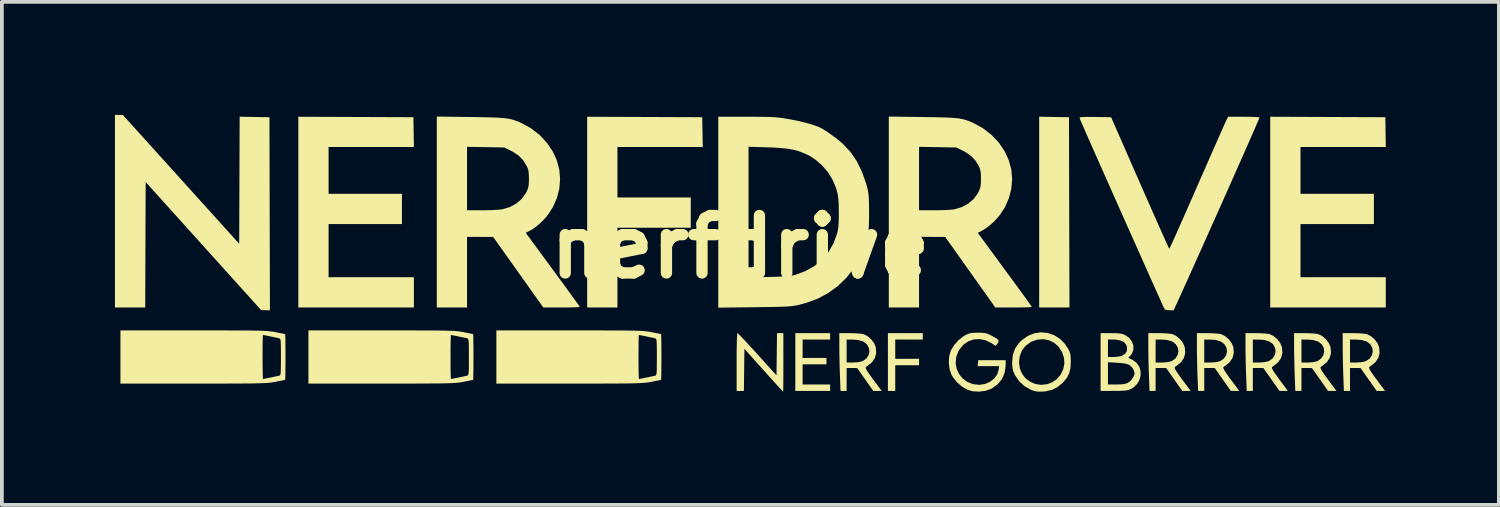
<source format=kicad_pcb>
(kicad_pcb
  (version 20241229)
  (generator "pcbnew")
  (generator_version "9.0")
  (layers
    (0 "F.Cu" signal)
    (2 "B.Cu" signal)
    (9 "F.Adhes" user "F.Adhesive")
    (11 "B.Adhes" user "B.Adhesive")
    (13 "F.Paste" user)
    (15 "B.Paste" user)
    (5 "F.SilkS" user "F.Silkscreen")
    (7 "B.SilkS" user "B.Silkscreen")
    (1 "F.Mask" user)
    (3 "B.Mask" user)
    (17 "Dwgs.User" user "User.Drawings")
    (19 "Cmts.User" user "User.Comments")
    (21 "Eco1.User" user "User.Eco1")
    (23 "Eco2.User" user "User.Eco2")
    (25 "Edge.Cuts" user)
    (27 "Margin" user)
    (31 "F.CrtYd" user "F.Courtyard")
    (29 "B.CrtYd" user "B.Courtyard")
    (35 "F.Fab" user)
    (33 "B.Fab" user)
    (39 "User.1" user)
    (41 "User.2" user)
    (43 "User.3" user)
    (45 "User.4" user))
  (footprint "nerfdrive"
    (layer "F.Cu")
    (at 16.593 3.503)
    (property "Reference" "nerfdrive" (at 0 0 0) (layer "F.SilkS") (effects (font (size 1.524 1.524) (thickness 0.3))))
    (attr board_only exclude_from_pos_files exclude_from_bom)
    (fp_poly (pts (xy 8.327 -3.449) (xy 8.722 -3.443) (xy 8.728 -0.918) (xy 8.735 1.606) (xy 7.931 1.606) (xy 7.931 -3.456)) (stroke (width 0) (type solid)) (fill yes) (layer "F.SilkS"))
    (fp_poly (pts (xy 4.842 2.457) (xy 4.112 2.457) (xy 4.112 2.968) (xy 4.744 2.968) (xy 4.744 3.139) (xy 4.112 3.139) (xy 4.112 3.82) (xy 3.917 3.82) (xy 3.917 2.287) (xy 4.842 2.287)) (stroke (width 0) (type solid)) (fill yes) (layer "F.SilkS"))
    (fp_poly (pts (xy -2.536 -3.449) (xy -1.01 -3.443) (xy -1.003 -3.047) (xy -0.996 -2.652) (xy -3.26 -2.652) (xy -3.26 -1.314) (xy -1.314 -1.314) (xy -1.314 -0.511) (xy -3.26 -0.511) (xy -3.26 1.606) (xy -4.063 1.606) (xy -4.063 -3.455)) (stroke (width 0) (type solid)) (fill yes) (layer "F.SilkS"))
    (fp_poly (pts (xy 2.384 2.457) (xy 1.654 2.457) (xy 1.654 2.944) (xy 2.287 2.944) (xy 2.287 3.114) (xy 1.654 3.114) (xy 1.654 3.649) (xy 2.384 3.649) (xy 2.384 3.82) (xy 1.46 3.82) (xy 1.46 2.287) (xy 2.384 2.287)) (stroke (width 0) (type solid)) (fill yes) (layer "F.SilkS"))
    (fp_poly (pts (xy -10.2 -3.449) (xy -8.673 -3.443) (xy -8.667 -3.047) (xy -8.66 -2.652) (xy -10.924 -2.652) (xy -10.924 -1.411) (xy -8.978 -1.411) (xy -8.978 -0.608) (xy -10.924 -0.608) (xy -10.924 0.803) (xy -8.661 0.803) (xy -8.661 1.606) (xy -11.727 1.606) (xy -11.727 -3.455)) (stroke (width 0) (type solid)) (fill yes) (layer "F.SilkS"))
    (fp_poly (pts (xy 15.589 -3.449) (xy 17.116 -3.443) (xy 17.122 -3.047) (xy 17.129 -2.652) (xy 14.865 -2.652) (xy 14.865 -1.411) (xy 16.812 -1.411) (xy 16.812 -0.608) (xy 14.865 -0.608) (xy 14.865 0.803) (xy 17.128 0.803) (xy 17.128 1.606) (xy 14.062 1.606) (xy 14.062 -3.455)) (stroke (width 0) (type solid)) (fill yes) (layer "F.SilkS"))
    (fp_poly (pts (xy -14.84 -1.794) (xy -13.296 -0.085) (xy -13.284 -3.456) (xy -12.888 -3.449) (xy -12.493 -3.443) (xy -12.481 1.679) (xy -12.596 1.679) (xy -12.712 1.678) (xy -14.245 -0.022) (xy -15.778 -1.723) (xy -15.784 -0.058) (xy -15.79 1.606) (xy -16.593 1.606) (xy -16.593 -3.503) (xy -16.383 -3.503)) (stroke (width 0) (type solid)) (fill yes) (layer "F.SilkS"))
    (fp_poly (pts (xy 1.143 3.066) (xy 1.143 3.255) (xy 1.143 3.427) (xy 1.142 3.577) (xy 1.141 3.699) (xy 1.14 3.787) (xy 1.138 3.836) (xy 1.137 3.843) (xy 1.12 3.826) (xy 1.075 3.776) (xy 1.005 3.699) (xy 0.914 3.599) (xy 0.806 3.479) (xy 0.686 3.345) (xy 0.62 3.272) (xy 0.109 2.702) (xy 0.103 3.261) (xy 0.096 3.82) (xy -0.097 3.82) (xy -0.097 3.053) (xy -0.097 2.831) (xy -0.094 2.643) (xy -0.091 2.492) (xy -0.086 2.38) (xy -0.081 2.311) (xy -0.074 2.287) (xy -0.052 2.304) (xy -0.003 2.354) (xy 0.071 2.431) (xy 0.165 2.531) (xy 0.275 2.649) (xy 0.397 2.783) (xy 0.455 2.847) (xy 0.961 3.407) (xy 0.968 2.847) (xy 0.974 2.287) (xy 1.143 2.287)) (stroke (width 0) (type solid)) (fill yes) (layer "F.SilkS"))
    (fp_poly (pts (xy 11.1 2.287) (xy 11.222 2.289) (xy 11.335 2.296) (xy 11.424 2.305) (xy 11.468 2.313) (xy 11.572 2.364) (xy 11.671 2.448) (xy 11.749 2.551) (xy 11.794 2.659) (xy 11.794 2.662) (xy 11.806 2.811) (xy 11.773 2.943) (xy 11.694 3.059) (xy 11.57 3.16) (xy 11.543 3.177) (xy 11.53 3.19) (xy 11.528 3.21) (xy 11.54 3.244) (xy 11.568 3.294) (xy 11.616 3.365) (xy 11.685 3.462) (xy 11.778 3.588) (xy 11.892 3.741) (xy 11.952 3.82) (xy 11.728 3.82) (xy 11.301 3.213) (xy 11.161 3.212) (xy 11.021 3.211) (xy 11.021 3.82) (xy 10.859 3.82) (xy 10.843 3.4) (xy 10.837 3.227) (xy 10.832 3.037) (xy 10.829 2.849) (xy 10.827 2.684) (xy 10.827 2.634) (xy 10.827 2.457) (xy 11.021 2.457) (xy 11.021 3.066) (xy 11.194 3.066) (xy 11.332 3.057) (xy 11.437 3.032) (xy 11.452 3.025) (xy 11.547 2.958) (xy 11.604 2.869) (xy 11.626 2.771) (xy 11.61 2.672) (xy 11.558 2.582) (xy 11.47 2.513) (xy 11.454 2.506) (xy 11.319 2.467) (xy 11.185 2.458) (xy 11.021 2.457) (xy 10.827 2.457) (xy 10.827 2.287)) (stroke (width 0) (type solid)) (fill yes) (layer "F.SilkS"))
    (fp_poly (pts (xy 13.679 2.287) (xy 13.801 2.289) (xy 13.913 2.296) (xy 14.003 2.305) (xy 14.047 2.313) (xy 14.151 2.364) (xy 14.249 2.448) (xy 14.328 2.551) (xy 14.373 2.659) (xy 14.373 2.662) (xy 14.385 2.811) (xy 14.352 2.943) (xy 14.273 3.059) (xy 14.148 3.16) (xy 14.122 3.177) (xy 14.109 3.19) (xy 14.107 3.21) (xy 14.119 3.244) (xy 14.147 3.294) (xy 14.195 3.365) (xy 14.264 3.462) (xy 14.357 3.588) (xy 14.471 3.741) (xy 14.53 3.82) (xy 14.307 3.82) (xy 13.88 3.213) (xy 13.74 3.212) (xy 13.6 3.211) (xy 13.6 3.82) (xy 13.438 3.82) (xy 13.422 3.4) (xy 13.416 3.227) (xy 13.411 3.037) (xy 13.408 2.849) (xy 13.406 2.684) (xy 13.406 2.634) (xy 13.406 2.457) (xy 13.6 2.457) (xy 13.6 3.066) (xy 13.773 3.066) (xy 13.911 3.057) (xy 14.016 3.032) (xy 14.031 3.025) (xy 14.126 2.958) (xy 14.183 2.869) (xy 14.205 2.771) (xy 14.189 2.672) (xy 14.137 2.582) (xy 14.049 2.513) (xy 14.033 2.506) (xy 13.898 2.467) (xy 13.764 2.458) (xy 13.6 2.457) (xy 13.406 2.457) (xy 13.406 2.287)) (stroke (width 0) (type solid)) (fill yes) (layer "F.SilkS"))
    (fp_poly (pts (xy 16.258 2.287) (xy 16.379 2.289) (xy 16.492 2.296) (xy 16.582 2.305) (xy 16.626 2.313) (xy 16.73 2.364) (xy 16.828 2.448) (xy 16.907 2.551) (xy 16.952 2.659) (xy 16.952 2.662) (xy 16.964 2.811) (xy 16.931 2.943) (xy 16.852 3.059) (xy 16.727 3.16) (xy 16.7 3.177) (xy 16.688 3.19) (xy 16.686 3.21) (xy 16.698 3.244) (xy 16.726 3.294) (xy 16.773 3.365) (xy 16.842 3.462) (xy 16.936 3.588) (xy 17.05 3.741) (xy 17.109 3.82) (xy 16.886 3.82) (xy 16.459 3.213) (xy 16.319 3.212) (xy 16.179 3.211) (xy 16.179 3.82) (xy 16.016 3.82) (xy 16.001 3.4) (xy 15.995 3.227) (xy 15.99 3.037) (xy 15.987 2.849) (xy 15.985 2.684) (xy 15.985 2.634) (xy 15.985 2.457) (xy 16.179 2.457) (xy 16.179 3.066) (xy 16.352 3.066) (xy 16.49 3.057) (xy 16.594 3.032) (xy 16.61 3.025) (xy 16.704 2.958) (xy 16.762 2.869) (xy 16.783 2.771) (xy 16.768 2.672) (xy 16.716 2.582) (xy 16.628 2.513) (xy 16.612 2.506) (xy 16.476 2.467) (xy 16.343 2.458) (xy 16.179 2.457) (xy 15.985 2.457) (xy 15.984 2.287)) (stroke (width 0) (type solid)) (fill yes) (layer "F.SilkS"))
    (fp_poly (pts (xy 2.901 2.287) (xy 3.023 2.289) (xy 3.135 2.296) (xy 3.225 2.305) (xy 3.269 2.313) (xy 3.373 2.364) (xy 3.471 2.448) (xy 3.55 2.551) (xy 3.595 2.659) (xy 3.595 2.662) (xy 3.607 2.811) (xy 3.574 2.943) (xy 3.495 3.059) (xy 3.371 3.16) (xy 3.344 3.177) (xy 3.331 3.19) (xy 3.329 3.21) (xy 3.341 3.244) (xy 3.369 3.294) (xy 3.417 3.365) (xy 3.486 3.462) (xy 3.579 3.588) (xy 3.693 3.741) (xy 3.753 3.82) (xy 3.529 3.82) (xy 3.315 3.516) (xy 3.102 3.213) (xy 2.962 3.212) (xy 2.822 3.211) (xy 2.822 3.82) (xy 2.66 3.82) (xy 2.644 3.4) (xy 2.638 3.227) (xy 2.633 3.037) (xy 2.63 2.849) (xy 2.628 2.684) (xy 2.628 2.634) (xy 2.628 2.457) (xy 2.822 2.457) (xy 2.822 3.066) (xy 2.995 3.066) (xy 3.133 3.057) (xy 3.238 3.032) (xy 3.253 3.025) (xy 3.348 2.958) (xy 3.405 2.869) (xy 3.427 2.771) (xy 3.411 2.672) (xy 3.359 2.582) (xy 3.271 2.513) (xy 3.255 2.506) (xy 3.12 2.467) (xy 2.986 2.458) (xy 2.822 2.457) (xy 2.628 2.457) (xy 2.628 2.287)) (stroke (width 0) (type solid)) (fill yes) (layer "F.SilkS"))
    (fp_poly (pts (xy 12.39 2.287) (xy 12.511 2.289) (xy 12.624 2.296) (xy 12.714 2.305) (xy 12.757 2.313) (xy 12.862 2.364) (xy 12.96 2.448) (xy 13.038 2.551) (xy 13.083 2.659) (xy 13.084 2.662) (xy 13.095 2.811) (xy 13.062 2.943) (xy 12.984 3.059) (xy 12.859 3.16) (xy 12.832 3.177) (xy 12.819 3.19) (xy 12.818 3.21) (xy 12.83 3.244) (xy 12.858 3.294) (xy 12.905 3.365) (xy 12.974 3.462) (xy 13.068 3.588) (xy 13.182 3.741) (xy 13.241 3.82) (xy 13.017 3.82) (xy 12.804 3.516) (xy 12.591 3.213) (xy 12.451 3.212) (xy 12.311 3.211) (xy 12.311 3.82) (xy 12.148 3.82) (xy 12.132 3.4) (xy 12.126 3.227) (xy 12.122 3.037) (xy 12.118 2.849) (xy 12.116 2.684) (xy 12.116 2.634) (xy 12.116 2.457) (xy 12.311 2.457) (xy 12.311 3.066) (xy 12.483 3.066) (xy 12.622 3.057) (xy 12.726 3.032) (xy 12.742 3.025) (xy 12.836 2.958) (xy 12.894 2.869) (xy 12.915 2.771) (xy 12.9 2.672) (xy 12.848 2.582) (xy 12.759 2.513) (xy 12.743 2.506) (xy 12.608 2.467) (xy 12.475 2.458) (xy 12.311 2.457) (xy 12.116 2.457) (xy 12.116 2.287)) (stroke (width 0) (type solid)) (fill yes) (layer "F.SilkS"))
    (fp_poly (pts (xy 14.969 2.287) (xy 15.09 2.289) (xy 15.203 2.296) (xy 15.293 2.305) (xy 15.336 2.313) (xy 15.441 2.364) (xy 15.539 2.448) (xy 15.617 2.551) (xy 15.662 2.659) (xy 15.663 2.662) (xy 15.674 2.811) (xy 15.641 2.943) (xy 15.563 3.059) (xy 15.438 3.16) (xy 15.411 3.177) (xy 15.398 3.19) (xy 15.397 3.21) (xy 15.409 3.244) (xy 15.437 3.294) (xy 15.484 3.365) (xy 15.553 3.462) (xy 15.646 3.588) (xy 15.76 3.741) (xy 15.82 3.82) (xy 15.596 3.82) (xy 15.383 3.516) (xy 15.169 3.213) (xy 15.03 3.212) (xy 14.89 3.211) (xy 14.89 3.82) (xy 14.727 3.82) (xy 14.711 3.4) (xy 14.705 3.227) (xy 14.701 3.037) (xy 14.697 2.849) (xy 14.695 2.684) (xy 14.695 2.634) (xy 14.695 2.457) (xy 14.89 2.457) (xy 14.89 3.066) (xy 15.062 3.066) (xy 15.201 3.057) (xy 15.305 3.032) (xy 15.321 3.025) (xy 15.415 2.958) (xy 15.473 2.869) (xy 15.494 2.771) (xy 15.479 2.672) (xy 15.427 2.582) (xy 15.338 2.513) (xy 15.322 2.506) (xy 15.187 2.467) (xy 15.054 2.458) (xy 14.89 2.457) (xy 14.695 2.457) (xy 14.695 2.287)) (stroke (width 0) (type solid)) (fill yes) (layer "F.SilkS"))
    (fp_poly (pts (xy 6.412 2.277) (xy 6.491 2.285) (xy 6.56 2.304) (xy 6.638 2.339) (xy 6.68 2.36) (xy 6.761 2.405) (xy 6.822 2.447) (xy 6.853 2.478) (xy 6.854 2.482) (xy 6.845 2.527) (xy 6.818 2.572) (xy 6.776 2.626) (xy 6.672 2.556) (xy 6.517 2.478) (xy 6.358 2.444) (xy 6.2 2.453) (xy 6.053 2.504) (xy 5.922 2.593) (xy 5.814 2.721) (xy 5.785 2.771) (xy 5.728 2.927) (xy 5.715 3.084) (xy 5.742 3.234) (xy 5.805 3.371) (xy 5.9 3.489) (xy 6.022 3.58) (xy 6.169 3.639) (xy 6.335 3.658) (xy 6.342 3.658) (xy 6.491 3.636) (xy 6.625 3.578) (xy 6.736 3.493) (xy 6.815 3.385) (xy 6.854 3.263) (xy 6.867 3.163) (xy 6.298 3.163) (xy 6.314 3.005) (xy 7.043 3.005) (xy 7.04 3.165) (xy 7.013 3.345) (xy 6.943 3.505) (xy 6.832 3.641) (xy 6.681 3.751) (xy 6.654 3.765) (xy 6.507 3.817) (xy 6.341 3.839) (xy 6.174 3.83) (xy 6.041 3.794) (xy 5.896 3.715) (xy 5.76 3.6) (xy 5.649 3.465) (xy 5.603 3.387) (xy 5.553 3.239) (xy 5.533 3.073) (xy 5.542 2.906) (xy 5.583 2.758) (xy 5.589 2.745) (xy 5.67 2.61) (xy 5.782 2.482) (xy 5.911 2.377) (xy 5.972 2.34) (xy 6.043 2.307) (xy 6.111 2.287) (xy 6.192 2.278) (xy 6.304 2.275)) (stroke (width 0) (type solid)) (fill yes) (layer "F.SilkS"))
    (fp_poly (pts (xy 8.15 2.28) (xy 8.318 2.336) (xy 8.472 2.43) (xy 8.607 2.562) (xy 8.706 2.713) (xy 8.738 2.78) (xy 8.758 2.843) (xy 8.767 2.919) (xy 8.77 3.023) (xy 8.77 3.053) (xy 8.76 3.22) (xy 8.727 3.355) (xy 8.665 3.474) (xy 8.569 3.589) (xy 8.546 3.612) (xy 8.411 3.723) (xy 8.268 3.794) (xy 8.103 3.83) (xy 8.029 3.837) (xy 7.919 3.839) (xy 7.836 3.83) (xy 7.754 3.806) (xy 7.702 3.785) (xy 7.54 3.692) (xy 7.399 3.561) (xy 7.29 3.403) (xy 7.28 3.382) (xy 7.244 3.3) (xy 7.224 3.223) (xy 7.215 3.131) (xy 7.214 3.06) (xy 7.396 3.06) (xy 7.418 3.224) (xy 7.479 3.368) (xy 7.573 3.487) (xy 7.693 3.578) (xy 7.833 3.637) (xy 7.985 3.659) (xy 8.144 3.641) (xy 8.266 3.597) (xy 8.397 3.509) (xy 8.5 3.388) (xy 8.569 3.245) (xy 8.6 3.09) (xy 8.591 2.947) (xy 8.536 2.783) (xy 8.447 2.648) (xy 8.331 2.544) (xy 8.193 2.476) (xy 8.042 2.447) (xy 7.883 2.459) (xy 7.723 2.515) (xy 7.706 2.524) (xy 7.57 2.624) (xy 7.471 2.753) (xy 7.413 2.907) (xy 7.396 3.06) (xy 7.214 3.06) (xy 7.214 3.053) (xy 7.232 2.864) (xy 7.29 2.7) (xy 7.39 2.554) (xy 7.472 2.472) (xy 7.63 2.36) (xy 7.799 2.291) (xy 7.975 2.265)) (stroke (width 0) (type solid)) (fill yes) (layer "F.SilkS"))
    (fp_poly (pts (xy 9.963 2.289) (xy 10.056 2.294) (xy 10.125 2.306) (xy 10.183 2.325) (xy 10.211 2.338) (xy 10.318 2.411) (xy 10.392 2.507) (xy 10.431 2.615) (xy 10.431 2.726) (xy 10.39 2.831) (xy 10.354 2.879) (xy 10.296 2.942) (xy 10.402 2.993) (xy 10.51 3.069) (xy 10.583 3.169) (xy 10.62 3.284) (xy 10.623 3.407) (xy 10.592 3.528) (xy 10.528 3.638) (xy 10.431 3.73) (xy 10.353 3.774) (xy 10.303 3.793) (xy 10.244 3.806) (xy 10.164 3.814) (xy 10.056 3.818) (xy 9.908 3.819) (xy 9.908 3.819) (xy 9.561 3.82) (xy 9.561 3.058) (xy 9.756 3.058) (xy 9.756 3.649) (xy 9.976 3.649) (xy 10.1 3.646) (xy 10.189 3.636) (xy 10.258 3.616) (xy 10.289 3.602) (xy 10.367 3.542) (xy 10.428 3.46) (xy 10.46 3.372) (xy 10.462 3.347) (xy 10.442 3.269) (xy 10.391 3.191) (xy 10.323 3.131) (xy 10.312 3.124) (xy 10.241 3.101) (xy 10.13 3.083) (xy 9.996 3.072) (xy 9.756 3.058) (xy 9.561 3.058) (xy 9.561 2.92) (xy 9.756 2.92) (xy 9.903 2.92) (xy 9.999 2.914) (xy 10.088 2.899) (xy 10.132 2.885) (xy 10.218 2.828) (xy 10.261 2.75) (xy 10.26 2.654) (xy 10.239 2.593) (xy 10.183 2.526) (xy 10.087 2.481) (xy 9.956 2.459) (xy 9.905 2.457) (xy 9.756 2.457) (xy 9.756 2.92) (xy 9.561 2.92) (xy 9.561 2.287) (xy 9.834 2.287)) (stroke (width 0) (type solid)) (fill yes) (layer "F.SilkS"))
    (fp_poly (pts (xy -7.159 -3.448) (xy -6.905 -3.444) (xy -6.693 -3.44) (xy -6.519 -3.435) (xy -6.376 -3.427) (xy -6.258 -3.418) (xy -6.16 -3.405) (xy -6.076 -3.388) (xy -6 -3.366) (xy -5.925 -3.339) (xy -5.847 -3.306) (xy -5.806 -3.288) (xy -5.551 -3.147) (xy -5.324 -2.971) (xy -5.131 -2.764) (xy -4.974 -2.531) (xy -4.871 -2.307) (xy -4.803 -2.058) (xy -4.781 -1.803) (xy -4.802 -1.546) (xy -4.867 -1.295) (xy -4.972 -1.056) (xy -5.117 -0.835) (xy -5.243 -0.693) (xy -5.335 -0.608) (xy -5.434 -0.527) (xy -5.523 -0.465) (xy -5.553 -0.448) (xy -5.692 -0.375) (xy -4.975 0.601) (xy -4.834 0.793) (xy -4.702 0.973) (xy -4.583 1.137) (xy -4.477 1.282) (xy -4.39 1.403) (xy -4.322 1.498) (xy -4.277 1.561) (xy -4.258 1.59) (xy -4.258 1.591) (xy -4.281 1.596) (xy -4.345 1.6) (xy -4.444 1.603) (xy -4.569 1.605) (xy -4.714 1.606) (xy -4.742 1.606) (xy -5.227 1.606) (xy -5.892 0.67) (xy -6.557 -0.265) (xy -6.903 -0.267) (xy -7.25 -0.268) (xy -7.25 1.606) (xy -8.053 1.606) (xy -8.053 -2.657) (xy -7.25 -2.657) (xy -7.25 -0.973) (xy -6.853 -0.973) (xy -6.706 -0.975) (xy -6.564 -0.979) (xy -6.44 -0.986) (xy -6.345 -0.995) (xy -6.313 -1) (xy -6.119 -1.057) (xy -5.946 -1.15) (xy -5.801 -1.275) (xy -5.692 -1.425) (xy -5.676 -1.454) (xy -5.642 -1.53) (xy -5.622 -1.599) (xy -5.611 -1.676) (xy -5.608 -1.78) (xy -5.608 -1.813) (xy -5.611 -1.932) (xy -5.621 -2.018) (xy -5.64 -2.089) (xy -5.665 -2.144) (xy -5.759 -2.299) (xy -5.877 -2.422) (xy -6.03 -2.524) (xy -6.076 -2.548) (xy -6.262 -2.64) (xy -7.25 -2.657) (xy -8.053 -2.657) (xy -8.053 -3.46)) (stroke (width 0) (type solid)) (fill yes) (layer "F.SilkS"))
    (fp_poly (pts (xy 4.835 -3.448) (xy 5.09 -3.444) (xy 5.301 -3.44) (xy 5.475 -3.435) (xy 5.618 -3.427) (xy 5.736 -3.418) (xy 5.834 -3.405) (xy 5.918 -3.388) (xy 5.995 -3.366) (xy 6.069 -3.339) (xy 6.147 -3.306) (xy 6.189 -3.288) (xy 6.444 -3.147) (xy 6.67 -2.971) (xy 6.864 -2.764) (xy 7.02 -2.531) (xy 7.123 -2.307) (xy 7.191 -2.058) (xy 7.214 -1.803) (xy 7.192 -1.546) (xy 7.128 -1.295) (xy 7.023 -1.056) (xy 6.878 -0.835) (xy 6.752 -0.693) (xy 6.66 -0.608) (xy 6.561 -0.527) (xy 6.471 -0.465) (xy 6.442 -0.448) (xy 6.302 -0.375) (xy 7.019 0.601) (xy 7.16 0.793) (xy 7.292 0.973) (xy 7.412 1.137) (xy 7.517 1.282) (xy 7.605 1.403) (xy 7.672 1.498) (xy 7.717 1.561) (xy 7.736 1.59) (xy 7.737 1.591) (xy 7.714 1.596) (xy 7.649 1.6) (xy 7.551 1.603) (xy 7.425 1.605) (xy 7.281 1.606) (xy 7.252 1.606) (xy 6.767 1.606) (xy 6.102 0.67) (xy 5.438 -0.265) (xy 5.091 -0.267) (xy 4.744 -0.268) (xy 4.744 1.606) (xy 3.941 1.606) (xy 3.941 -2.657) (xy 4.744 -2.657) (xy 4.744 -0.973) (xy 5.141 -0.973) (xy 5.288 -0.975) (xy 5.43 -0.979) (xy 5.555 -0.986) (xy 5.649 -0.995) (xy 5.682 -1) (xy 5.875 -1.057) (xy 6.049 -1.15) (xy 6.194 -1.275) (xy 6.303 -1.425) (xy 6.318 -1.454) (xy 6.352 -1.53) (xy 6.373 -1.599) (xy 6.383 -1.676) (xy 6.386 -1.78) (xy 6.386 -1.813) (xy 6.383 -1.932) (xy 6.373 -2.018) (xy 6.354 -2.089) (xy 6.33 -2.144) (xy 6.235 -2.299) (xy 6.117 -2.422) (xy 5.964 -2.524) (xy 5.918 -2.548) (xy 5.732 -2.64) (xy 4.744 -2.657) (xy 3.941 -2.657) (xy 3.941 -3.46)) (stroke (width 0) (type solid)) (fill yes) (layer "F.SilkS"))
    (fp_poly (pts (xy 13.492 -3.454) (xy 13.611 -3.451) (xy 13.703 -3.447) (xy 13.762 -3.441) (xy 13.778 -3.437) (xy 13.77 -3.413) (xy 13.742 -3.348) (xy 13.698 -3.246) (xy 13.639 -3.108) (xy 13.565 -2.94) (xy 13.479 -2.744) (xy 13.381 -2.523) (xy 13.274 -2.28) (xy 13.158 -2.019) (xy 13.036 -1.744) (xy 12.909 -1.457) (xy 12.777 -1.161) (xy 12.643 -0.861) (xy 12.508 -0.559) (xy 12.374 -0.258) (xy 12.241 0.038) (xy 12.112 0.326) (xy 11.988 0.602) (xy 11.87 0.864) (xy 11.76 1.108) (xy 11.659 1.331) (xy 11.614 1.429) (xy 11.501 1.679) (xy 11.384 1.679) (xy 11.312 1.676) (xy 11.271 1.661) (xy 11.243 1.622) (xy 11.221 1.575) (xy 10.955 0.98) (xy 10.708 0.427) (xy 10.481 -0.083) (xy 10.271 -0.552) (xy 10.08 -0.981) (xy 9.906 -1.372) (xy 9.75 -1.724) (xy 9.609 -2.04) (xy 9.485 -2.32) (xy 9.376 -2.566) (xy 9.282 -2.779) (xy 9.202 -2.959) (xy 9.137 -3.108) (xy 9.085 -3.228) (xy 9.046 -3.318) (xy 9.019 -3.38) (xy 9.005 -3.416) (xy 9.002 -3.426) (xy 9.014 -3.438) (xy 9.055 -3.445) (xy 9.13 -3.45) (xy 9.242 -3.451) (xy 9.398 -3.45) (xy 9.421 -3.449) (xy 9.84 -3.443) (xy 10.605 -1.697) (xy 10.726 -1.422) (xy 10.841 -1.161) (xy 10.949 -0.916) (xy 11.049 -0.692) (xy 11.138 -0.49) (xy 11.216 -0.316) (xy 11.281 -0.172) (xy 11.332 -0.061) (xy 11.366 0.013) (xy 11.383 0.046) (xy 11.384 0.048) (xy 11.396 0.026) (xy 11.426 -0.037) (xy 11.472 -0.137) (xy 11.533 -0.272) (xy 11.607 -0.437) (xy 11.692 -0.63) (xy 11.788 -0.846) (xy 11.892 -1.082) (xy 12.004 -1.335) (xy 12.114 -1.588) (xy 12.232 -1.857) (xy 12.346 -2.116) (xy 12.453 -2.36) (xy 12.553 -2.586) (xy 12.642 -2.789) (xy 12.721 -2.967) (xy 12.786 -3.115) (xy 12.837 -3.229) (xy 12.872 -3.306) (xy 12.887 -3.339) (xy 12.944 -3.455) (xy 13.356 -3.455)) (stroke (width 0) (type solid)) (fill yes) (layer "F.SilkS"))
    (fp_poly (pts (xy -14.148 2.214) (xy -13.839 2.214) (xy -13.571 2.215) (xy -13.341 2.215) (xy -13.145 2.216) (xy -12.981 2.218) (xy -12.844 2.22) (xy -12.73 2.223) (xy -12.637 2.226) (xy -12.561 2.23) (xy -12.498 2.236) (xy -12.445 2.242) (xy -12.397 2.249) (xy -12.353 2.257) (xy -12.323 2.263) (xy -12.222 2.283) (xy -12.14 2.299) (xy -12.089 2.309) (xy -12.077 2.311) (xy -12.074 2.335) (xy -12.072 2.4) (xy -12.07 2.501) (xy -12.069 2.631) (xy -12.068 2.784) (xy -12.067 2.92) (xy -12.068 3.086) (xy -12.069 3.235) (xy -12.07 3.36) (xy -12.072 3.455) (xy -12.075 3.512) (xy -12.077 3.528) (xy -12.103 3.532) (xy -12.167 3.545) (xy -12.256 3.563) (xy -12.323 3.576) (xy -12.368 3.585) (xy -12.413 3.593) (xy -12.462 3.6) (xy -12.518 3.605) (xy -12.586 3.61) (xy -12.667 3.614) (xy -12.767 3.617) (xy -12.888 3.62) (xy -13.034 3.622) (xy -13.209 3.623) (xy -13.416 3.624) (xy -13.659 3.625) (xy -13.94 3.625) (xy -14.265 3.625) (xy -14.503 3.625) (xy -16.447 3.625) (xy -16.447 2.92) (xy -12.676 2.92) (xy -12.675 3.082) (xy -12.674 3.228) (xy -12.672 3.349) (xy -12.67 3.439) (xy -12.667 3.492) (xy -12.665 3.503) (xy -12.638 3.499) (xy -12.576 3.487) (xy -12.491 3.47) (xy -12.477 3.467) (xy -12.381 3.447) (xy -12.299 3.43) (xy -12.246 3.418) (xy -12.244 3.418) (xy -12.225 3.412) (xy -12.211 3.402) (xy -12.202 3.379) (xy -12.195 3.338) (xy -12.192 3.272) (xy -12.19 3.175) (xy -12.189 3.041) (xy -12.189 2.92) (xy -12.189 2.755) (xy -12.19 2.632) (xy -12.192 2.545) (xy -12.197 2.487) (xy -12.204 2.452) (xy -12.215 2.433) (xy -12.23 2.425) (xy -12.244 2.421) (xy -12.3 2.409) (xy -12.379 2.392) (xy -12.469 2.374) (xy -12.554 2.356) (xy -12.623 2.343) (xy -12.662 2.336) (xy -12.665 2.336) (xy -12.668 2.359) (xy -12.671 2.424) (xy -12.673 2.525) (xy -12.675 2.654) (xy -12.675 2.805) (xy -12.676 2.92) (xy -16.447 2.92) (xy -16.447 2.214) (xy -14.503 2.214)) (stroke (width 0) (type solid)) (fill yes) (layer "F.SilkS"))
    (fp_poly (pts (xy -9.161 2.214) (xy -8.851 2.214) (xy -8.583 2.215) (xy -8.353 2.215) (xy -8.158 2.216) (xy -7.993 2.218) (xy -7.856 2.22) (xy -7.743 2.223) (xy -7.65 2.226) (xy -7.574 2.23) (xy -7.51 2.236) (xy -7.457 2.242) (xy -7.41 2.249) (xy -7.365 2.257) (xy -7.335 2.263) (xy -7.234 2.283) (xy -7.153 2.299) (xy -7.102 2.309) (xy -7.089 2.311) (xy -7.087 2.335) (xy -7.084 2.4) (xy -7.083 2.501) (xy -7.081 2.631) (xy -7.08 2.784) (xy -7.08 2.92) (xy -7.08 3.086) (xy -7.081 3.235) (xy -7.083 3.36) (xy -7.085 3.455) (xy -7.087 3.512) (xy -7.089 3.528) (xy -7.116 3.532) (xy -7.179 3.545) (xy -7.269 3.563) (xy -7.335 3.576) (xy -7.38 3.585) (xy -7.426 3.593) (xy -7.475 3.6) (xy -7.531 3.605) (xy -7.598 3.61) (xy -7.68 3.614) (xy -7.779 3.617) (xy -7.9 3.62) (xy -8.047 3.622) (xy -8.221 3.623) (xy -8.428 3.624) (xy -8.671 3.625) (xy -8.953 3.625) (xy -9.278 3.625) (xy -9.516 3.625) (xy -11.459 3.625) (xy -11.459 2.92) (xy -7.688 2.92) (xy -7.688 3.082) (xy -7.687 3.228) (xy -7.685 3.349) (xy -7.682 3.439) (xy -7.68 3.492) (xy -7.678 3.503) (xy -7.65 3.499) (xy -7.588 3.487) (xy -7.503 3.47) (xy -7.489 3.467) (xy -7.394 3.447) (xy -7.311 3.43) (xy -7.258 3.418) (xy -7.256 3.418) (xy -7.238 3.412) (xy -7.224 3.402) (xy -7.214 3.379) (xy -7.208 3.338) (xy -7.204 3.272) (xy -7.202 3.175) (xy -7.202 3.041) (xy -7.202 2.92) (xy -7.202 2.755) (xy -7.203 2.632) (xy -7.205 2.545) (xy -7.209 2.487) (xy -7.217 2.452) (xy -7.227 2.433) (xy -7.243 2.425) (xy -7.256 2.421) (xy -7.312 2.409) (xy -7.392 2.392) (xy -7.481 2.374) (xy -7.567 2.356) (xy -7.636 2.343) (xy -7.674 2.336) (xy -7.678 2.336) (xy -7.68 2.359) (xy -7.683 2.424) (xy -7.685 2.525) (xy -7.687 2.654) (xy -7.688 2.805) (xy -7.688 2.92) (xy -11.459 2.92) (xy -11.459 2.214) (xy -9.516 2.214)) (stroke (width 0) (type solid)) (fill yes) (layer "F.SilkS"))
    (fp_poly (pts (xy -4.173 2.214) (xy -3.864 2.214) (xy -3.596 2.215) (xy -3.366 2.215) (xy -3.17 2.216) (xy -3.006 2.218) (xy -2.869 2.22) (xy -2.755 2.223) (xy -2.662 2.226) (xy -2.586 2.23) (xy -2.523 2.236) (xy -2.47 2.242) (xy -2.422 2.249) (xy -2.377 2.257) (xy -2.348 2.263) (xy -2.247 2.283) (xy -2.165 2.299) (xy -2.114 2.309) (xy -2.102 2.311) (xy -2.099 2.335) (xy -2.097 2.4) (xy -2.095 2.501) (xy -2.093 2.631) (xy -2.093 2.784) (xy -2.092 2.92) (xy -2.093 3.086) (xy -2.094 3.235) (xy -2.095 3.36) (xy -2.097 3.455) (xy -2.1 3.512) (xy -2.102 3.528) (xy -2.128 3.532) (xy -2.191 3.545) (xy -2.281 3.563) (xy -2.348 3.576) (xy -2.393 3.585) (xy -2.438 3.593) (xy -2.487 3.6) (xy -2.543 3.605) (xy -2.611 3.61) (xy -2.692 3.614) (xy -2.792 3.617) (xy -2.913 3.62) (xy -3.059 3.622) (xy -3.234 3.623) (xy -3.441 3.624) (xy -3.683 3.625) (xy -3.965 3.625) (xy -4.29 3.625) (xy -4.528 3.625) (xy -6.472 3.625) (xy -6.472 2.92) (xy -2.701 2.92) (xy -2.7 3.082) (xy -2.699 3.228) (xy -2.697 3.349) (xy -2.695 3.439) (xy -2.692 3.492) (xy -2.69 3.503) (xy -2.663 3.499) (xy -2.6 3.487) (xy -2.516 3.47) (xy -2.501 3.467) (xy -2.406 3.447) (xy -2.324 3.43) (xy -2.271 3.418) (xy -2.269 3.418) (xy -2.25 3.412) (xy -2.236 3.402) (xy -2.227 3.379) (xy -2.22 3.338) (xy -2.216 3.272) (xy -2.215 3.175) (xy -2.214 3.041) (xy -2.214 2.92) (xy -2.214 2.755) (xy -2.215 2.632) (xy -2.217 2.545) (xy -2.222 2.487) (xy -2.229 2.452) (xy -2.24 2.433) (xy -2.255 2.425) (xy -2.269 2.421) (xy -2.325 2.409) (xy -2.404 2.392) (xy -2.493 2.374) (xy -2.579 2.356) (xy -2.648 2.343) (xy -2.686 2.336) (xy -2.69 2.336) (xy -2.693 2.359) (xy -2.696 2.424) (xy -2.698 2.525) (xy -2.699 2.654) (xy -2.7 2.805) (xy -2.701 2.92) (xy -6.472 2.92) (xy -6.472 2.214) (xy -4.528 2.214)) (stroke (width 0) (type solid)) (fill yes) (layer "F.SilkS"))
    (fp_poly (pts (xy 0.389 -3.455) (xy 0.567 -3.453) (xy 0.711 -3.451) (xy 0.83 -3.447) (xy 0.931 -3.441) (xy 1.023 -3.432) (xy 1.113 -3.421) (xy 1.208 -3.406) (xy 1.272 -3.395) (xy 1.507 -3.35) (xy 1.724 -3.299) (xy 1.913 -3.245) (xy 2.065 -3.191) (xy 2.11 -3.172) (xy 2.201 -3.122) (xy 2.317 -3.048) (xy 2.444 -2.959) (xy 2.57 -2.863) (xy 2.683 -2.77) (xy 2.73 -2.728) (xy 2.925 -2.518) (xy 3.091 -2.276) (xy 3.228 -1.997) (xy 3.34 -1.681) (xy 3.386 -1.508) (xy 3.4 -1.416) (xy 3.411 -1.278) (xy 3.417 -1.097) (xy 3.418 -0.912) (xy 3.417 -0.728) (xy 3.413 -0.582) (xy 3.405 -0.461) (xy 3.391 -0.354) (xy 3.369 -0.25) (xy 3.338 -0.137) (xy 3.303 -0.024) (xy 3.183 0.276) (xy 3.022 0.555) (xy 2.824 0.809) (xy 2.593 1.033) (xy 2.334 1.222) (xy 2.05 1.374) (xy 1.764 1.479) (xy 1.67 1.506) (xy 1.588 1.528) (xy 1.51 1.546) (xy 1.432 1.56) (xy 1.346 1.571) (xy 1.247 1.579) (xy 1.129 1.585) (xy 0.985 1.59) (xy 0.81 1.593) (xy 0.598 1.596) (xy 0.383 1.599) (xy -0.584 1.61) (xy -0.584 -2.659) (xy 0.219 -2.659) (xy 0.219 0.808) (xy 0.76 0.796) (xy 0.965 0.791) (xy 1.128 0.783) (xy 1.255 0.774) (xy 1.352 0.763) (xy 1.428 0.748) (xy 1.448 0.743) (xy 1.72 0.644) (xy 1.96 0.51) (xy 2.167 0.341) (xy 2.338 0.139) (xy 2.473 -0.094) (xy 2.57 -0.358) (xy 2.572 -0.365) (xy 2.59 -0.447) (xy 2.603 -0.541) (xy 2.611 -0.657) (xy 2.615 -0.805) (xy 2.615 -0.912) (xy 2.612 -1.108) (xy 2.603 -1.268) (xy 2.584 -1.404) (xy 2.552 -1.528) (xy 2.507 -1.651) (xy 2.445 -1.788) (xy 2.439 -1.8) (xy 2.329 -1.98) (xy 2.183 -2.151) (xy 2.014 -2.302) (xy 1.834 -2.421) (xy 1.8 -2.438) (xy 1.667 -2.498) (xy 1.535 -2.546) (xy 1.395 -2.582) (xy 1.237 -2.609) (xy 1.054 -2.627) (xy 0.836 -2.64) (xy 0.712 -2.644) (xy 0.219 -2.659) (xy -0.584 -2.659) (xy -0.584 -3.455) (xy 0.171 -3.455)) (stroke (width 0) (type solid)) (fill yes) (layer "F.SilkS")))
  (gr_rect
    (start -3 -3)
    (end 36.722 10.347)
    (stroke (width 0.1) (type default))
    (fill no)
    (layer "Edge.Cuts")))
</source>
